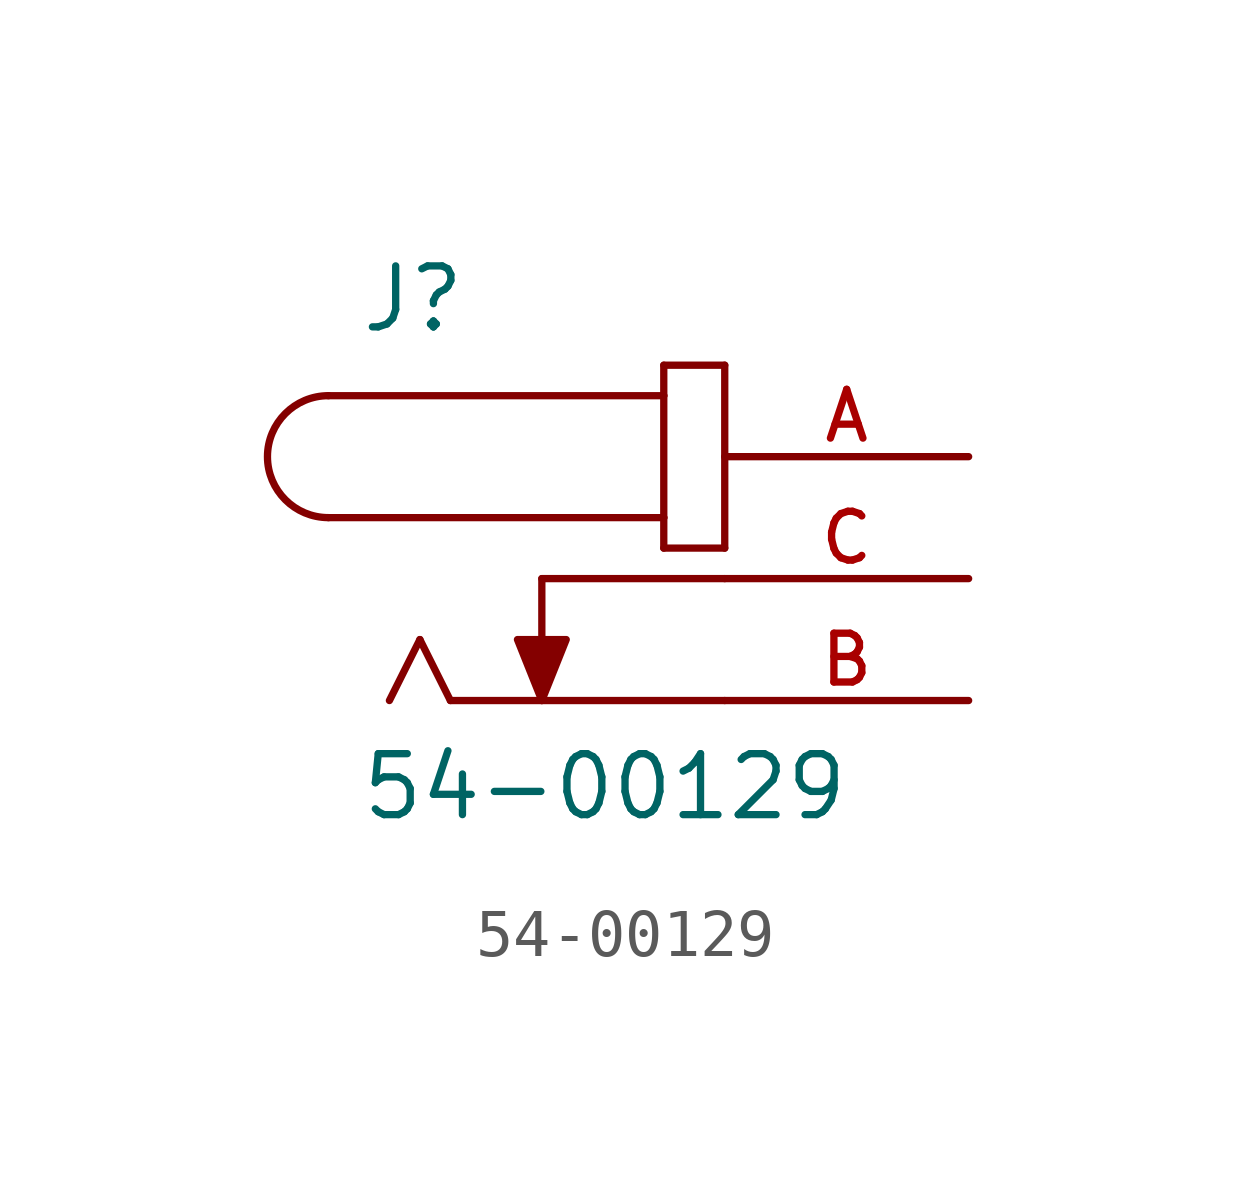
<source format=kicad_sym>
(kicad_symbol_lib
  (version 20211014)
  (generator kicad_symbol_editor)
  (symbol "54-00129"
    (pin_names
      (offset 1.016))
    (property "Reference" "J"
      (at -7.62 5.08 0)
      (effects (font (size 1.27 1.27)) (justify bottom left)))
    (property "Value" "54-00129"
      (at -7.62 -5.08 0)
      (effects (font (size 1.27 1.27)) (justify bottom left)))
    (symbol "54-00129_0_0"
      (arc (start -8.255 3.81) (mid -9.525 2.54) (end -8.255 1.27) (stroke (width 0.1524) (type default) (color 0 0 0 0)) (fill (type none)))
      (polyline (pts (xy -8.255 3.81) (xy -1.27 3.81)) (stroke (width 0.152)))
      (polyline (pts (xy -1.27 3.81) (xy -1.27 1.27)) (stroke (width 0.152)))
      (polyline (pts (xy -1.27 1.27) (xy -8.255 1.27)) (stroke (width 0.152)))
      (polyline (pts (xy -1.27 1.27) (xy -1.27 0.635)) (stroke (width 0.152)))
      (polyline (pts (xy -1.27 0.635) (xy 0.0 0.635)) (stroke (width 0.152)))
      (polyline (pts (xy 0.0 0.635) (xy 0.0 4.445)) (stroke (width 0.152)))
      (polyline (pts (xy 0.0 4.445) (xy -1.27 4.445)) (stroke (width 0.152)))
      (polyline (pts (xy -1.27 4.445) (xy -1.27 3.81)) (stroke (width 0.152)))
      (polyline (pts (xy -5.715 -2.54) (xy -6.35 -1.27)) (stroke (width 0.152)))
      (polyline (pts (xy -6.35 -1.27) (xy -6.985 -2.54)) (stroke (width 0.152)))
      (polyline (pts (xy -3.81 0.0) (xy -3.81 -2.54)) (stroke (width 0.152)))
      (polyline (pts (xy -3.81 -2.54) (xy -4.318 -1.27) (xy -3.302 -1.27) (xy -3.81 -2.54)) (stroke (width 0.152)) (fill (type outline)))
      (polyline (pts (xy 0.0 0.0) (xy -3.81 0.0)) (stroke (width 0.152)))
      (polyline (pts (xy 0.0 -2.54) (xy -5.715 -2.54)) (stroke (width 0.152)))
      (pin passive line (at 5.08 2.54 180.0) (length 5.08) (name "~" (effects (font (size 1.016 1.016)))) (number "A" (effects (font (size 1.016 1.016)))))
      (pin passive line (at 5.08 0.0 180.0) (length 5.08) (name "~" (effects (font (size 1.016 1.016)))) (number "C" (effects (font (size 1.016 1.016)))))
      (pin passive line (at 5.08 -2.54 180.0) (length 5.08) (name "~" (effects (font (size 1.016 1.016)))) (number "B" (effects (font (size 1.016 1.016))))))))
</source>
